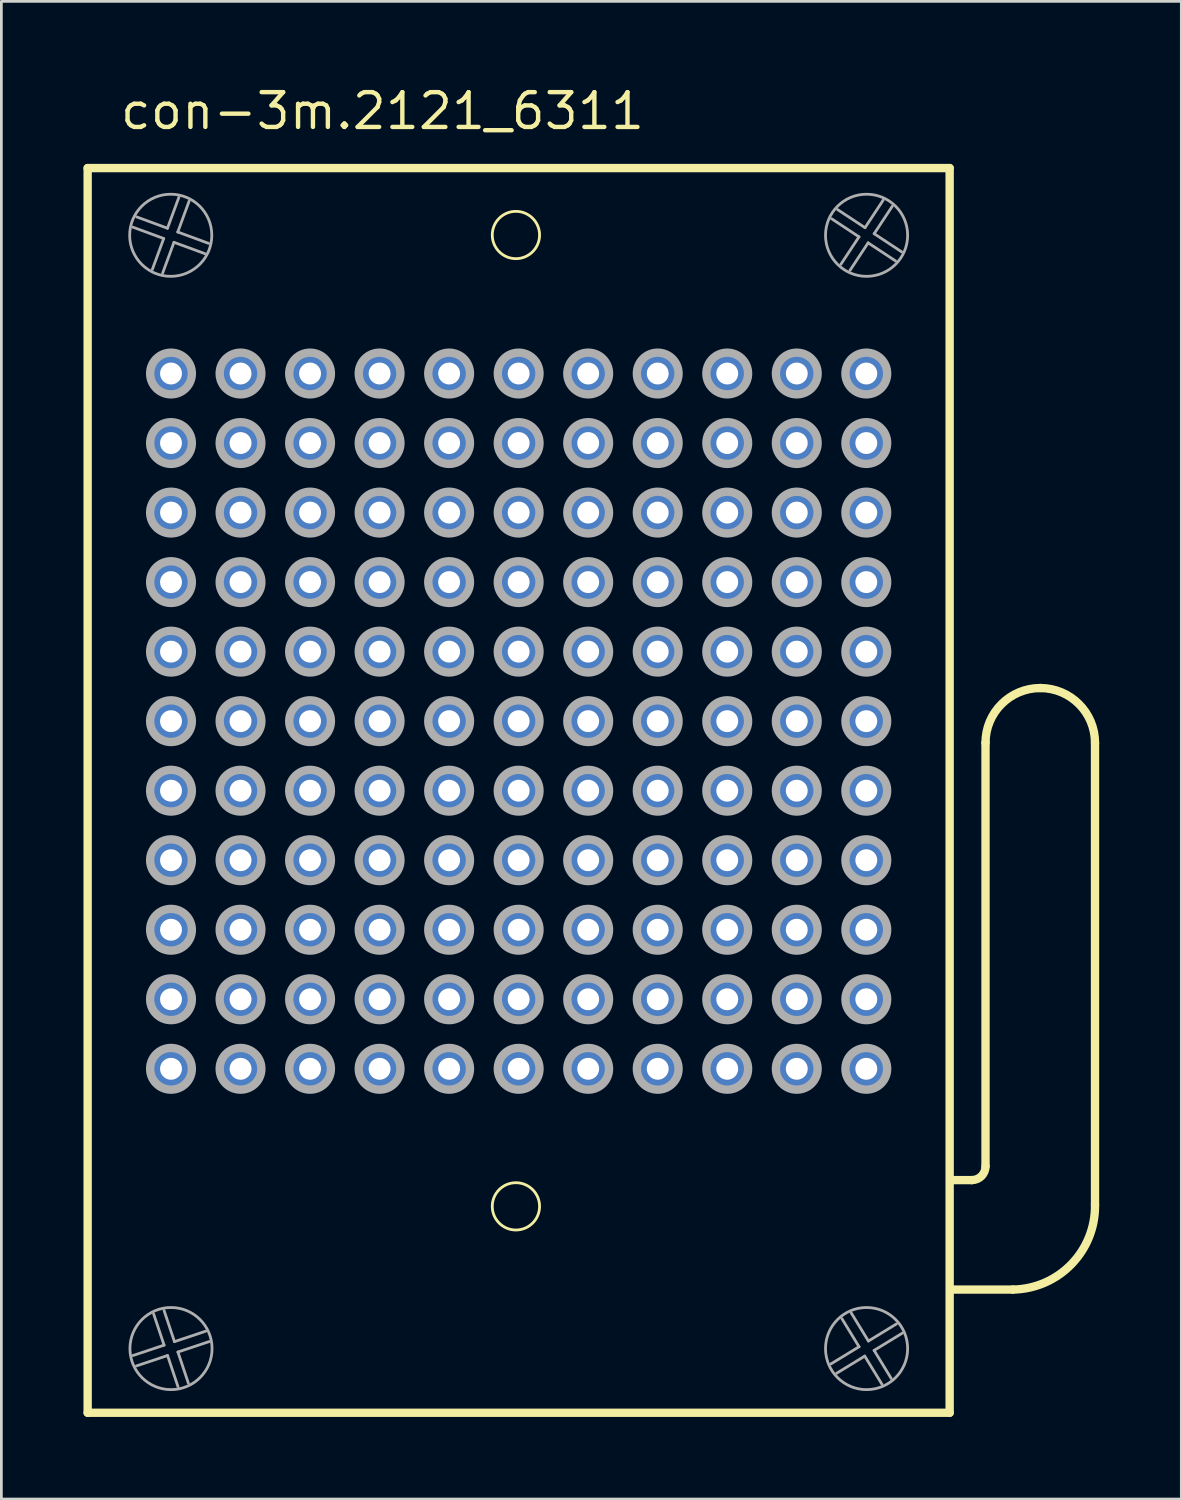
<source format=kicad_pcb>
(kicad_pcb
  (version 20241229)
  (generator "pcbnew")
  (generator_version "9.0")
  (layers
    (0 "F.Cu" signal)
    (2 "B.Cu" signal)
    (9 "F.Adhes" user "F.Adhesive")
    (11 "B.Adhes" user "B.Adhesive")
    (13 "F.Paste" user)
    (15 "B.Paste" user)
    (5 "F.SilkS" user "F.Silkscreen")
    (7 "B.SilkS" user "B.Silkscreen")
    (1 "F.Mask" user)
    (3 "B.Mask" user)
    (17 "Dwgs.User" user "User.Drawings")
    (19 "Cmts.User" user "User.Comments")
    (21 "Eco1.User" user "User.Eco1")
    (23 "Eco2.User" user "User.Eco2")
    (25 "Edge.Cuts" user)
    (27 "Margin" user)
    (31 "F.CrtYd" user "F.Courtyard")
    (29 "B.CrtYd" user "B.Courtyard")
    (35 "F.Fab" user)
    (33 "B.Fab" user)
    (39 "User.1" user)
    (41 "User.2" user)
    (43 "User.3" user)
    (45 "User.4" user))
  (footprint "con-3m.2121_6311"
    (layer "F.Cu")
    (at 15.897 23.295)
    (property "Reference" "con-3m.2121_6311" (at -14.635 -21.545 0) (layer "F.SilkS") (effects (font (size 1.27 1.27) (thickness 0.16)) (justify left bottom)))
    (attr through_hole)
    (fp_line (start -15.745 -20.205) (end 15.745 -20.205) (stroke (width 0.305) (type default)) (layer "F.SilkS"))
    (fp_line (start -15.745 25.265) (end -15.745 -20.205) (stroke (width 0.305) (type default)) (layer "F.SilkS"))
    (fp_line (start 15.745 -20.205) (end 15.745 25.265) (stroke (width 0.305) (type default)) (layer "F.SilkS"))
    (fp_line (start 15.745 25.265) (end -15.745 25.265) (stroke (width 0.305) (type default)) (layer "F.SilkS"))
    (fp_line (start 16.555 16.765) (end 15.791 16.765) (stroke (width 0.305) (type default)) (layer "F.SilkS"))
    (fp_line (start 17.055 16.265) (end 17.055 0.79) (stroke (width 0.305) (type default)) (layer "F.SilkS"))
    (fp_line (start 18.055 20.765) (end 15.791 20.765) (stroke (width 0.305) (type default)) (layer "F.SilkS"))
    (fp_line (start 21.055 0.79) (end 21.055 17.66) (stroke (width 0.305) (type default)) (layer "F.SilkS"))
    (fp_arc (start 17.055 0.79) (mid 17.640786 -0.624214) (end 19.055 -1.21) (stroke (width 0.3048) (type default)) (layer "F.SilkS"))
    (fp_arc (start 17.055 16.265) (mid 16.908553 16.618553) (end 16.555 16.765) (stroke (width 0.3048) (type default)) (layer "F.SilkS"))
    (fp_arc (start 19.055 -1.21) (mid 20.469214 -0.624214) (end 21.055 0.79) (stroke (width 0.3048) (type default)) (layer "F.SilkS"))
    (fp_arc (start 21.055 17.66) (mid 20.198067 19.83382) (end 18.055 20.765) (stroke (width 0.3048) (type default)) (layer "F.SilkS"))
    (fp_circle (center -0.1 -17.76) (end 0.764 -17.76) (stroke (width 0.102) (type default)) (fill no) (layer "F.SilkS"))
    (fp_circle (center -0.1 17.725) (end 0.764 17.725) (stroke (width 0.102) (type default)) (fill no) (layer "F.SilkS"))
    (fp_line (start -14.091 23.174) (end -12.953 22.794) (stroke (width 0.102) (type default)) (layer "F.Fab"))
    (fp_line (start -13.955 -18.421) (end -12.829 -18.007) (stroke (width 0.102) (type default)) (layer "F.Fab"))
    (fp_line (start -13.381 -16.505) (end -12.967 -17.631) (stroke (width 0.102) (type default)) (layer "F.Fab"))
    (fp_line (start -12.967 -17.631) (end -14.093 -18.046) (stroke (width 0.102) (type default)) (layer "F.Fab"))
    (fp_line (start -12.954 21.529) (end -12.574 22.667) (stroke (width 0.102) (type default)) (layer "F.Fab"))
    (fp_line (start -12.953 22.794) (end -13.334 21.656) (stroke (width 0.102) (type default)) (layer "F.Fab"))
    (fp_line (start -12.829 -18.007) (end -12.414 -19.133) (stroke (width 0.102) (type default)) (layer "F.Fab"))
    (fp_line (start -12.826 23.173) (end -13.964 23.554) (stroke (width 0.102) (type default)) (layer "F.Fab"))
    (fp_line (start -12.591 -17.493) (end -13.006 -16.367) (stroke (width 0.102) (type default)) (layer "F.Fab"))
    (fp_line (start -12.574 22.667) (end -11.436 22.286) (stroke (width 0.102) (type default)) (layer "F.Fab"))
    (fp_line (start -12.453 -17.869) (end -11.327 -17.454) (stroke (width 0.102) (type default)) (layer "F.Fab"))
    (fp_line (start -12.447 23.046) (end -12.066 24.184) (stroke (width 0.102) (type default)) (layer "F.Fab"))
    (fp_line (start -12.445 24.311) (end -12.826 23.173) (stroke (width 0.102) (type default)) (layer "F.Fab"))
    (fp_line (start -12.039 -18.995) (end -12.453 -17.869) (stroke (width 0.102) (type default)) (layer "F.Fab"))
    (fp_line (start -11.465 -17.079) (end -12.591 -17.493) (stroke (width 0.102) (type default)) (layer "F.Fab"))
    (fp_line (start -11.309 22.665) (end -12.447 23.046) (stroke (width 0.102) (type default)) (layer "F.Fab"))
    (fp_line (start 11.411 23.479) (end 12.435 22.853) (stroke (width 0.102) (type default)) (layer "F.Fab"))
    (fp_line (start 11.651 -18.688) (end 12.653 -18.027) (stroke (width 0.102) (type default)) (layer "F.Fab"))
    (fp_line (start 11.772 -16.691) (end 12.433 -17.693) (stroke (width 0.102) (type default)) (layer "F.Fab"))
    (fp_line (start 12.151 21.621) (end 12.777 22.645) (stroke (width 0.102) (type default)) (layer "F.Fab"))
    (fp_line (start 12.433 -17.693) (end 11.431 -18.354) (stroke (width 0.102) (type default)) (layer "F.Fab"))
    (fp_line (start 12.435 22.853) (end 11.81 21.829) (stroke (width 0.102) (type default)) (layer "F.Fab"))
    (fp_line (start 12.643 23.195) (end 11.619 23.82) (stroke (width 0.102) (type default)) (layer "F.Fab"))
    (fp_line (start 12.653 -18.027) (end 13.314 -19.029) (stroke (width 0.102) (type default)) (layer "F.Fab"))
    (fp_line (start 12.767 -17.473) (end 12.106 -16.471) (stroke (width 0.102) (type default)) (layer "F.Fab"))
    (fp_line (start 12.777 22.645) (end 13.801 22.02) (stroke (width 0.102) (type default)) (layer "F.Fab"))
    (fp_line (start 12.985 22.986) (end 13.61 24.011) (stroke (width 0.102) (type default)) (layer "F.Fab"))
    (fp_line (start 12.987 -17.807) (end 13.989 -17.146) (stroke (width 0.102) (type default)) (layer "F.Fab"))
    (fp_line (start 13.269 24.219) (end 12.643 23.195) (stroke (width 0.102) (type default)) (layer "F.Fab"))
    (fp_line (start 13.648 -18.809) (end 12.987 -17.807) (stroke (width 0.102) (type default)) (layer "F.Fab"))
    (fp_line (start 13.769 -16.812) (end 12.767 -17.473) (stroke (width 0.102) (type default)) (layer "F.Fab"))
    (fp_line (start 14.009 22.361) (end 12.985 22.986) (stroke (width 0.102) (type default)) (layer "F.Fab"))
    (fp_circle (center -12.71 -17.75) (end -11.21 -17.75) (stroke (width 0.102) (type default)) (fill no) (layer "F.Fab"))
    (fp_circle (center -12.7 -12.7) (end -11.938 -12.7) (stroke (width 0.305) (type default)) (fill no) (layer "F.Fab"))
    (fp_circle (center -12.7 -10.16) (end -11.938 -10.16) (stroke (width 0.305) (type default)) (fill no) (layer "F.Fab"))
    (fp_circle (center -12.7 -7.62) (end -11.938 -7.62) (stroke (width 0.305) (type default)) (fill no) (layer "F.Fab"))
    (fp_circle (center -12.7 -5.08) (end -11.938 -5.08) (stroke (width 0.305) (type default)) (fill no) (layer "F.Fab"))
    (fp_circle (center -12.7 -2.54) (end -11.938 -2.54) (stroke (width 0.305) (type default)) (fill no) (layer "F.Fab"))
    (fp_circle (center -12.7 0) (end -11.938 0) (stroke (width 0.305) (type default)) (fill no) (layer "F.Fab"))
    (fp_circle (center -12.7 2.54) (end -11.938 2.54) (stroke (width 0.305) (type default)) (fill no) (layer "F.Fab"))
    (fp_circle (center -12.7 5.08) (end -11.938 5.08) (stroke (width 0.305) (type default)) (fill no) (layer "F.Fab"))
    (fp_circle (center -12.7 7.62) (end -11.938 7.62) (stroke (width 0.305) (type default)) (fill no) (layer "F.Fab"))
    (fp_circle (center -12.7 10.16) (end -11.938 10.16) (stroke (width 0.305) (type default)) (fill no) (layer "F.Fab"))
    (fp_circle (center -12.7 12.7) (end -11.938 12.7) (stroke (width 0.305) (type default)) (fill no) (layer "F.Fab"))
    (fp_circle (center -12.7 22.92) (end -11.2 22.92) (stroke (width 0.102) (type default)) (fill no) (layer "F.Fab"))
    (fp_circle (center -10.16 -12.7) (end -9.398 -12.7) (stroke (width 0.305) (type default)) (fill no) (layer "F.Fab"))
    (fp_circle (center -10.16 -10.16) (end -9.398 -10.16) (stroke (width 0.305) (type default)) (fill no) (layer "F.Fab"))
    (fp_circle (center -10.16 -7.62) (end -9.398 -7.62) (stroke (width 0.305) (type default)) (fill no) (layer "F.Fab"))
    (fp_circle (center -10.16 -5.08) (end -9.398 -5.08) (stroke (width 0.305) (type default)) (fill no) (layer "F.Fab"))
    (fp_circle (center -10.16 -2.54) (end -9.398 -2.54) (stroke (width 0.305) (type default)) (fill no) (layer "F.Fab"))
    (fp_circle (center -10.16 0) (end -9.398 0) (stroke (width 0.305) (type default)) (fill no) (layer "F.Fab"))
    (fp_circle (center -10.16 2.54) (end -9.398 2.54) (stroke (width 0.305) (type default)) (fill no) (layer "F.Fab"))
    (fp_circle (center -10.16 5.08) (end -9.398 5.08) (stroke (width 0.305) (type default)) (fill no) (layer "F.Fab"))
    (fp_circle (center -10.16 7.62) (end -9.398 7.62) (stroke (width 0.305) (type default)) (fill no) (layer "F.Fab"))
    (fp_circle (center -10.16 10.16) (end -9.398 10.16) (stroke (width 0.305) (type default)) (fill no) (layer "F.Fab"))
    (fp_circle (center -10.16 12.7) (end -9.398 12.7) (stroke (width 0.305) (type default)) (fill no) (layer "F.Fab"))
    (fp_circle (center -7.62 -12.7) (end -6.858 -12.7) (stroke (width 0.305) (type default)) (fill no) (layer "F.Fab"))
    (fp_circle (center -7.62 -10.16) (end -6.858 -10.16) (stroke (width 0.305) (type default)) (fill no) (layer "F.Fab"))
    (fp_circle (center -7.62 -7.62) (end -6.858 -7.62) (stroke (width 0.305) (type default)) (fill no) (layer "F.Fab"))
    (fp_circle (center -7.62 -5.08) (end -6.858 -5.08) (stroke (width 0.305) (type default)) (fill no) (layer "F.Fab"))
    (fp_circle (center -7.62 -2.54) (end -6.858 -2.54) (stroke (width 0.305) (type default)) (fill no) (layer "F.Fab"))
    (fp_circle (center -7.62 0) (end -6.858 0) (stroke (width 0.305) (type default)) (fill no) (layer "F.Fab"))
    (fp_circle (center -7.62 2.54) (end -6.858 2.54) (stroke (width 0.305) (type default)) (fill no) (layer "F.Fab"))
    (fp_circle (center -7.62 5.08) (end -6.858 5.08) (stroke (width 0.305) (type default)) (fill no) (layer "F.Fab"))
    (fp_circle (center -7.62 7.62) (end -6.858 7.62) (stroke (width 0.305) (type default)) (fill no) (layer "F.Fab"))
    (fp_circle (center -7.62 10.16) (end -6.858 10.16) (stroke (width 0.305) (type default)) (fill no) (layer "F.Fab"))
    (fp_circle (center -7.62 12.7) (end -6.858 12.7) (stroke (width 0.305) (type default)) (fill no) (layer "F.Fab"))
    (fp_circle (center -5.08 -12.7) (end -4.318 -12.7) (stroke (width 0.305) (type default)) (fill no) (layer "F.Fab"))
    (fp_circle (center -5.08 -10.16) (end -4.318 -10.16) (stroke (width 0.305) (type default)) (fill no) (layer "F.Fab"))
    (fp_circle (center -5.08 -7.62) (end -4.318 -7.62) (stroke (width 0.305) (type default)) (fill no) (layer "F.Fab"))
    (fp_circle (center -5.08 -5.08) (end -4.318 -5.08) (stroke (width 0.305) (type default)) (fill no) (layer "F.Fab"))
    (fp_circle (center -5.08 -2.54) (end -4.318 -2.54) (stroke (width 0.305) (type default)) (fill no) (layer "F.Fab"))
    (fp_circle (center -5.08 0) (end -4.318 0) (stroke (width 0.305) (type default)) (fill no) (layer "F.Fab"))
    (fp_circle (center -5.08 2.54) (end -4.318 2.54) (stroke (width 0.305) (type default)) (fill no) (layer "F.Fab"))
    (fp_circle (center -5.08 5.08) (end -4.318 5.08) (stroke (width 0.305) (type default)) (fill no) (layer "F.Fab"))
    (fp_circle (center -5.08 7.62) (end -4.318 7.62) (stroke (width 0.305) (type default)) (fill no) (layer "F.Fab"))
    (fp_circle (center -5.08 10.16) (end -4.318 10.16) (stroke (width 0.305) (type default)) (fill no) (layer "F.Fab"))
    (fp_circle (center -5.08 12.7) (end -4.318 12.7) (stroke (width 0.305) (type default)) (fill no) (layer "F.Fab"))
    (fp_circle (center -2.54 -12.7) (end -1.778 -12.7) (stroke (width 0.305) (type default)) (fill no) (layer "F.Fab"))
    (fp_circle (center -2.54 -10.16) (end -1.778 -10.16) (stroke (width 0.305) (type default)) (fill no) (layer "F.Fab"))
    (fp_circle (center -2.54 -7.62) (end -1.778 -7.62) (stroke (width 0.305) (type default)) (fill no) (layer "F.Fab"))
    (fp_circle (center -2.54 -5.08) (end -1.778 -5.08) (stroke (width 0.305) (type default)) (fill no) (layer "F.Fab"))
    (fp_circle (center -2.54 -2.54) (end -1.778 -2.54) (stroke (width 0.305) (type default)) (fill no) (layer "F.Fab"))
    (fp_circle (center -2.54 0) (end -1.778 0) (stroke (width 0.305) (type default)) (fill no) (layer "F.Fab"))
    (fp_circle (center -2.54 2.54) (end -1.778 2.54) (stroke (width 0.305) (type default)) (fill no) (layer "F.Fab"))
    (fp_circle (center -2.54 5.08) (end -1.778 5.08) (stroke (width 0.305) (type default)) (fill no) (layer "F.Fab"))
    (fp_circle (center -2.54 7.62) (end -1.778 7.62) (stroke (width 0.305) (type default)) (fill no) (layer "F.Fab"))
    (fp_circle (center -2.54 10.16) (end -1.778 10.16) (stroke (width 0.305) (type default)) (fill no) (layer "F.Fab"))
    (fp_circle (center -2.54 12.7) (end -1.778 12.7) (stroke (width 0.305) (type default)) (fill no) (layer "F.Fab"))
    (fp_circle (center 0 -12.7) (end 0.762 -12.7) (stroke (width 0.305) (type default)) (fill no) (layer "F.Fab"))
    (fp_circle (center 0 -10.16) (end 0.762 -10.16) (stroke (width 0.305) (type default)) (fill no) (layer "F.Fab"))
    (fp_circle (center 0 -7.62) (end 0.762 -7.62) (stroke (width 0.305) (type default)) (fill no) (layer "F.Fab"))
    (fp_circle (center 0 -5.08) (end 0.762 -5.08) (stroke (width 0.305) (type default)) (fill no) (layer "F.Fab"))
    (fp_circle (center 0 -2.54) (end 0.762 -2.54) (stroke (width 0.305) (type default)) (fill no) (layer "F.Fab"))
    (fp_circle (center 0 0) (end 0.762 0) (stroke (width 0.305) (type default)) (fill no) (layer "F.Fab"))
    (fp_circle (center 0 2.54) (end 0.762 2.54) (stroke (width 0.305) (type default)) (fill no) (layer "F.Fab"))
    (fp_circle (center 0 5.08) (end 0.762 5.08) (stroke (width 0.305) (type default)) (fill no) (layer "F.Fab"))
    (fp_circle (center 0 7.62) (end 0.762 7.62) (stroke (width 0.305) (type default)) (fill no) (layer "F.Fab"))
    (fp_circle (center 0 10.16) (end 0.762 10.16) (stroke (width 0.305) (type default)) (fill no) (layer "F.Fab"))
    (fp_circle (center 0 12.7) (end 0.762 12.7) (stroke (width 0.305) (type default)) (fill no) (layer "F.Fab"))
    (fp_circle (center 2.54 -12.7) (end 3.302 -12.7) (stroke (width 0.305) (type default)) (fill no) (layer "F.Fab"))
    (fp_circle (center 2.54 -10.16) (end 3.302 -10.16) (stroke (width 0.305) (type default)) (fill no) (layer "F.Fab"))
    (fp_circle (center 2.54 -7.62) (end 3.302 -7.62) (stroke (width 0.305) (type default)) (fill no) (layer "F.Fab"))
    (fp_circle (center 2.54 -5.08) (end 3.302 -5.08) (stroke (width 0.305) (type default)) (fill no) (layer "F.Fab"))
    (fp_circle (center 2.54 -2.54) (end 3.302 -2.54) (stroke (width 0.305) (type default)) (fill no) (layer "F.Fab"))
    (fp_circle (center 2.54 0) (end 3.302 0) (stroke (width 0.305) (type default)) (fill no) (layer "F.Fab"))
    (fp_circle (center 2.54 2.54) (end 3.302 2.54) (stroke (width 0.305) (type default)) (fill no) (layer "F.Fab"))
    (fp_circle (center 2.54 5.08) (end 3.302 5.08) (stroke (width 0.305) (type default)) (fill no) (layer "F.Fab"))
    (fp_circle (center 2.54 7.62) (end 3.302 7.62) (stroke (width 0.305) (type default)) (fill no) (layer "F.Fab"))
    (fp_circle (center 2.54 10.16) (end 3.302 10.16) (stroke (width 0.305) (type default)) (fill no) (layer "F.Fab"))
    (fp_circle (center 2.54 12.7) (end 3.302 12.7) (stroke (width 0.305) (type default)) (fill no) (layer "F.Fab"))
    (fp_circle (center 5.08 -12.7) (end 5.842 -12.7) (stroke (width 0.305) (type default)) (fill no) (layer "F.Fab"))
    (fp_circle (center 5.08 -10.16) (end 5.842 -10.16) (stroke (width 0.305) (type default)) (fill no) (layer "F.Fab"))
    (fp_circle (center 5.08 -7.62) (end 5.842 -7.62) (stroke (width 0.305) (type default)) (fill no) (layer "F.Fab"))
    (fp_circle (center 5.08 -5.08) (end 5.842 -5.08) (stroke (width 0.305) (type default)) (fill no) (layer "F.Fab"))
    (fp_circle (center 5.08 -2.54) (end 5.842 -2.54) (stroke (width 0.305) (type default)) (fill no) (layer "F.Fab"))
    (fp_circle (center 5.08 0) (end 5.842 0) (stroke (width 0.305) (type default)) (fill no) (layer "F.Fab"))
    (fp_circle (center 5.08 2.54) (end 5.842 2.54) (stroke (width 0.305) (type default)) (fill no) (layer "F.Fab"))
    (fp_circle (center 5.08 5.08) (end 5.842 5.08) (stroke (width 0.305) (type default)) (fill no) (layer "F.Fab"))
    (fp_circle (center 5.08 7.62) (end 5.842 7.62) (stroke (width 0.305) (type default)) (fill no) (layer "F.Fab"))
    (fp_circle (center 5.08 10.16) (end 5.842 10.16) (stroke (width 0.305) (type default)) (fill no) (layer "F.Fab"))
    (fp_circle (center 5.08 12.7) (end 5.842 12.7) (stroke (width 0.305) (type default)) (fill no) (layer "F.Fab"))
    (fp_circle (center 7.62 -12.7) (end 8.382 -12.7) (stroke (width 0.305) (type default)) (fill no) (layer "F.Fab"))
    (fp_circle (center 7.62 -10.16) (end 8.382 -10.16) (stroke (width 0.305) (type default)) (fill no) (layer "F.Fab"))
    (fp_circle (center 7.62 -7.62) (end 8.382 -7.62) (stroke (width 0.305) (type default)) (fill no) (layer "F.Fab"))
    (fp_circle (center 7.62 -5.08) (end 8.382 -5.08) (stroke (width 0.305) (type default)) (fill no) (layer "F.Fab"))
    (fp_circle (center 7.62 -2.54) (end 8.382 -2.54) (stroke (width 0.305) (type default)) (fill no) (layer "F.Fab"))
    (fp_circle (center 7.62 0) (end 8.382 0) (stroke (width 0.305) (type default)) (fill no) (layer "F.Fab"))
    (fp_circle (center 7.62 2.54) (end 8.382 2.54) (stroke (width 0.305) (type default)) (fill no) (layer "F.Fab"))
    (fp_circle (center 7.62 5.08) (end 8.382 5.08) (stroke (width 0.305) (type default)) (fill no) (layer "F.Fab"))
    (fp_circle (center 7.62 7.62) (end 8.382 7.62) (stroke (width 0.305) (type default)) (fill no) (layer "F.Fab"))
    (fp_circle (center 7.62 10.16) (end 8.382 10.16) (stroke (width 0.305) (type default)) (fill no) (layer "F.Fab"))
    (fp_circle (center 7.62 12.7) (end 8.382 12.7) (stroke (width 0.305) (type default)) (fill no) (layer "F.Fab"))
    (fp_circle (center 10.16 -12.7) (end 10.922 -12.7) (stroke (width 0.305) (type default)) (fill no) (layer "F.Fab"))
    (fp_circle (center 10.16 -10.16) (end 10.922 -10.16) (stroke (width 0.305) (type default)) (fill no) (layer "F.Fab"))
    (fp_circle (center 10.16 -7.62) (end 10.922 -7.62) (stroke (width 0.305) (type default)) (fill no) (layer "F.Fab"))
    (fp_circle (center 10.16 -5.08) (end 10.922 -5.08) (stroke (width 0.305) (type default)) (fill no) (layer "F.Fab"))
    (fp_circle (center 10.16 -2.54) (end 10.922 -2.54) (stroke (width 0.305) (type default)) (fill no) (layer "F.Fab"))
    (fp_circle (center 10.16 0) (end 10.922 0) (stroke (width 0.305) (type default)) (fill no) (layer "F.Fab"))
    (fp_circle (center 10.16 2.54) (end 10.922 2.54) (stroke (width 0.305) (type default)) (fill no) (layer "F.Fab"))
    (fp_circle (center 10.16 5.08) (end 10.922 5.08) (stroke (width 0.305) (type default)) (fill no) (layer "F.Fab"))
    (fp_circle (center 10.16 7.62) (end 10.922 7.62) (stroke (width 0.305) (type default)) (fill no) (layer "F.Fab"))
    (fp_circle (center 10.16 10.16) (end 10.922 10.16) (stroke (width 0.305) (type default)) (fill no) (layer "F.Fab"))
    (fp_circle (center 10.16 12.7) (end 10.922 12.7) (stroke (width 0.305) (type default)) (fill no) (layer "F.Fab"))
    (fp_circle (center 12.7 -12.7) (end 13.462 -12.7) (stroke (width 0.305) (type default)) (fill no) (layer "F.Fab"))
    (fp_circle (center 12.7 -10.16) (end 13.462 -10.16) (stroke (width 0.305) (type default)) (fill no) (layer "F.Fab"))
    (fp_circle (center 12.7 -7.62) (end 13.462 -7.62) (stroke (width 0.305) (type default)) (fill no) (layer "F.Fab"))
    (fp_circle (center 12.7 -5.08) (end 13.462 -5.08) (stroke (width 0.305) (type default)) (fill no) (layer "F.Fab"))
    (fp_circle (center 12.7 -2.54) (end 13.462 -2.54) (stroke (width 0.305) (type default)) (fill no) (layer "F.Fab"))
    (fp_circle (center 12.7 0) (end 13.462 0) (stroke (width 0.305) (type default)) (fill no) (layer "F.Fab"))
    (fp_circle (center 12.7 2.54) (end 13.462 2.54) (stroke (width 0.305) (type default)) (fill no) (layer "F.Fab"))
    (fp_circle (center 12.7 5.08) (end 13.462 5.08) (stroke (width 0.305) (type default)) (fill no) (layer "F.Fab"))
    (fp_circle (center 12.7 7.62) (end 13.462 7.62) (stroke (width 0.305) (type default)) (fill no) (layer "F.Fab"))
    (fp_circle (center 12.7 10.16) (end 13.462 10.16) (stroke (width 0.305) (type default)) (fill no) (layer "F.Fab"))
    (fp_circle (center 12.7 12.7) (end 13.462 12.7) (stroke (width 0.305) (type default)) (fill no) (layer "F.Fab"))
    (fp_circle (center 12.71 -17.75) (end 14.21 -17.75) (stroke (width 0.102) (type default)) (fill no) (layer "F.Fab"))
    (fp_circle (center 12.71 22.92) (end 14.21 22.92) (stroke (width 0.102) (type default)) (fill no) (layer "F.Fab"))
    (pad "A1" thru_hole circle (at -12.7 -12.7) (size 1.4 1.4) (drill 0.8) (layers "*.Cu" "*.Mask"))
    (pad "A2" thru_hole circle (at -10.16 -12.7) (size 1.4 1.4) (drill 0.8) (layers "*.Cu" "*.Mask"))
    (pad "A3" thru_hole circle (at -7.62 -12.7) (size 1.4 1.4) (drill 0.8) (layers "*.Cu" "*.Mask"))
    (pad "A4" thru_hole circle (at -5.08 -12.7) (size 1.4 1.4) (drill 0.8) (layers "*.Cu" "*.Mask"))
    (pad "A5" thru_hole circle (at -2.54 -12.7) (size 1.4 1.4) (drill 0.8) (layers "*.Cu" "*.Mask"))
    (pad "A6" thru_hole circle (at 0 -12.7) (size 1.4 1.4) (drill 0.8) (layers "*.Cu" "*.Mask"))
    (pad "A7" thru_hole circle (at 2.54 -12.7) (size 1.4 1.4) (drill 0.8) (layers "*.Cu" "*.Mask"))
    (pad "A8" thru_hole circle (at 5.08 -12.7) (size 1.4 1.4) (drill 0.8) (layers "*.Cu" "*.Mask"))
    (pad "A9" thru_hole circle (at 7.62 -12.7) (size 1.4 1.4) (drill 0.8) (layers "*.Cu" "*.Mask"))
    (pad "A10" thru_hole circle (at 10.16 -12.7) (size 1.4 1.4) (drill 0.8) (layers "*.Cu" "*.Mask"))
    (pad "A11" thru_hole circle (at 12.7 -12.7) (size 1.4 1.4) (drill 0.8) (layers "*.Cu" "*.Mask"))
    (pad "B1" thru_hole circle (at -12.7 -10.16) (size 1.4 1.4) (drill 0.8) (layers "*.Cu" "*.Mask"))
    (pad "B2" thru_hole circle (at -10.16 -10.16) (size 1.4 1.4) (drill 0.8) (layers "*.Cu" "*.Mask"))
    (pad "B3" thru_hole circle (at -7.62 -10.16) (size 1.4 1.4) (drill 0.8) (layers "*.Cu" "*.Mask"))
    (pad "B4" thru_hole circle (at -5.08 -10.16) (size 1.4 1.4) (drill 0.8) (layers "*.Cu" "*.Mask"))
    (pad "B5" thru_hole circle (at -2.54 -10.16) (size 1.4 1.4) (drill 0.8) (layers "*.Cu" "*.Mask"))
    (pad "B6" thru_hole circle (at 0 -10.16) (size 1.4 1.4) (drill 0.8) (layers "*.Cu" "*.Mask"))
    (pad "B7" thru_hole circle (at 2.54 -10.16) (size 1.4 1.4) (drill 0.8) (layers "*.Cu" "*.Mask"))
    (pad "B8" thru_hole circle (at 5.08 -10.16) (size 1.4 1.4) (drill 0.8) (layers "*.Cu" "*.Mask"))
    (pad "B9" thru_hole circle (at 7.62 -10.16) (size 1.4 1.4) (drill 0.8) (layers "*.Cu" "*.Mask"))
    (pad "B10" thru_hole circle (at 10.16 -10.16) (size 1.4 1.4) (drill 0.8) (layers "*.Cu" "*.Mask"))
    (pad "B11" thru_hole circle (at 12.7 -10.16) (size 1.4 1.4) (drill 0.8) (layers "*.Cu" "*.Mask"))
    (pad "C1" thru_hole circle (at -12.7 -7.62) (size 1.4 1.4) (drill 0.8) (layers "*.Cu" "*.Mask"))
    (pad "C2" thru_hole circle (at -10.16 -7.62) (size 1.4 1.4) (drill 0.8) (layers "*.Cu" "*.Mask"))
    (pad "C3" thru_hole circle (at -7.62 -7.62) (size 1.4 1.4) (drill 0.8) (layers "*.Cu" "*.Mask"))
    (pad "C4" thru_hole circle (at -5.08 -7.62) (size 1.4 1.4) (drill 0.8) (layers "*.Cu" "*.Mask"))
    (pad "C5" thru_hole circle (at -2.54 -7.62) (size 1.4 1.4) (drill 0.8) (layers "*.Cu" "*.Mask"))
    (pad "C6" thru_hole circle (at 0 -7.62) (size 1.4 1.4) (drill 0.8) (layers "*.Cu" "*.Mask"))
    (pad "C7" thru_hole circle (at 2.54 -7.62) (size 1.4 1.4) (drill 0.8) (layers "*.Cu" "*.Mask"))
    (pad "C8" thru_hole circle (at 5.08 -7.62) (size 1.4 1.4) (drill 0.8) (layers "*.Cu" "*.Mask"))
    (pad "C9" thru_hole circle (at 7.62 -7.62) (size 1.4 1.4) (drill 0.8) (layers "*.Cu" "*.Mask"))
    (pad "C10" thru_hole circle (at 10.16 -7.62) (size 1.4 1.4) (drill 0.8) (layers "*.Cu" "*.Mask"))
    (pad "C11" thru_hole circle (at 12.7 -7.62) (size 1.4 1.4) (drill 0.8) (layers "*.Cu" "*.Mask"))
    (pad "D1" thru_hole circle (at -12.7 -5.08) (size 1.4 1.4) (drill 0.8) (layers "*.Cu" "*.Mask"))
    (pad "D2" thru_hole circle (at -10.16 -5.08) (size 1.4 1.4) (drill 0.8) (layers "*.Cu" "*.Mask"))
    (pad "D3" thru_hole circle (at -7.62 -5.08) (size 1.4 1.4) (drill 0.8) (layers "*.Cu" "*.Mask"))
    (pad "D4" thru_hole circle (at -5.08 -5.08) (size 1.4 1.4) (drill 0.8) (layers "*.Cu" "*.Mask"))
    (pad "D5" thru_hole circle (at -2.54 -5.08) (size 1.4 1.4) (drill 0.8) (layers "*.Cu" "*.Mask"))
    (pad "D6" thru_hole circle (at 0 -5.08) (size 1.4 1.4) (drill 0.8) (layers "*.Cu" "*.Mask"))
    (pad "D7" thru_hole circle (at 2.54 -5.08) (size 1.4 1.4) (drill 0.8) (layers "*.Cu" "*.Mask"))
    (pad "D8" thru_hole circle (at 5.08 -5.08) (size 1.4 1.4) (drill 0.8) (layers "*.Cu" "*.Mask"))
    (pad "D9" thru_hole circle (at 7.62 -5.08) (size 1.4 1.4) (drill 0.8) (layers "*.Cu" "*.Mask"))
    (pad "D10" thru_hole circle (at 10.16 -5.08) (size 1.4 1.4) (drill 0.8) (layers "*.Cu" "*.Mask"))
    (pad "D11" thru_hole circle (at 12.7 -5.08) (size 1.4 1.4) (drill 0.8) (layers "*.Cu" "*.Mask"))
    (pad "E1" thru_hole circle (at -12.7 -2.54) (size 1.4 1.4) (drill 0.8) (layers "*.Cu" "*.Mask"))
    (pad "E2" thru_hole circle (at -10.16 -2.54) (size 1.4 1.4) (drill 0.8) (layers "*.Cu" "*.Mask"))
    (pad "E3" thru_hole circle (at -7.62 -2.54) (size 1.4 1.4) (drill 0.8) (layers "*.Cu" "*.Mask"))
    (pad "E4" thru_hole circle (at -5.08 -2.54) (size 1.4 1.4) (drill 0.8) (layers "*.Cu" "*.Mask"))
    (pad "E5" thru_hole circle (at -2.54 -2.54) (size 1.4 1.4) (drill 0.8) (layers "*.Cu" "*.Mask"))
    (pad "E6" thru_hole circle (at 0 -2.54) (size 1.4 1.4) (drill 0.8) (layers "*.Cu" "*.Mask"))
    (pad "E7" thru_hole circle (at 2.54 -2.54) (size 1.4 1.4) (drill 0.8) (layers "*.Cu" "*.Mask"))
    (pad "E8" thru_hole circle (at 5.08 -2.54) (size 1.4 1.4) (drill 0.8) (layers "*.Cu" "*.Mask"))
    (pad "E9" thru_hole circle (at 7.62 -2.54) (size 1.4 1.4) (drill 0.8) (layers "*.Cu" "*.Mask"))
    (pad "E10" thru_hole circle (at 10.16 -2.54) (size 1.4 1.4) (drill 0.8) (layers "*.Cu" "*.Mask"))
    (pad "E11" thru_hole circle (at 12.7 -2.54) (size 1.4 1.4) (drill 0.8) (layers "*.Cu" "*.Mask"))
    (pad "F1" thru_hole circle (at -12.7 0) (size 1.4 1.4) (drill 0.8) (layers "*.Cu" "*.Mask"))
    (pad "F2" thru_hole circle (at -10.16 0) (size 1.4 1.4) (drill 0.8) (layers "*.Cu" "*.Mask"))
    (pad "F3" thru_hole circle (at -7.62 0) (size 1.4 1.4) (drill 0.8) (layers "*.Cu" "*.Mask"))
    (pad "F4" thru_hole circle (at -5.08 0) (size 1.4 1.4) (drill 0.8) (layers "*.Cu" "*.Mask"))
    (pad "F5" thru_hole circle (at -2.54 0) (size 1.4 1.4) (drill 0.8) (layers "*.Cu" "*.Mask"))
    (pad "F6" thru_hole circle (at 0 0) (size 1.4 1.4) (drill 0.8) (layers "*.Cu" "*.Mask"))
    (pad "F7" thru_hole circle (at 2.54 0) (size 1.4 1.4) (drill 0.8) (layers "*.Cu" "*.Mask"))
    (pad "F8" thru_hole circle (at 5.08 0) (size 1.4 1.4) (drill 0.8) (layers "*.Cu" "*.Mask"))
    (pad "F9" thru_hole circle (at 7.62 0) (size 1.4 1.4) (drill 0.8) (layers "*.Cu" "*.Mask"))
    (pad "F10" thru_hole circle (at 10.16 0) (size 1.4 1.4) (drill 0.8) (layers "*.Cu" "*.Mask"))
    (pad "F11" thru_hole circle (at 12.7 0) (size 1.4 1.4) (drill 0.8) (layers "*.Cu" "*.Mask"))
    (pad "G1" thru_hole circle (at -12.7 2.54) (size 1.4 1.4) (drill 0.8) (layers "*.Cu" "*.Mask"))
    (pad "G2" thru_hole circle (at -10.16 2.54) (size 1.4 1.4) (drill 0.8) (layers "*.Cu" "*.Mask"))
    (pad "G3" thru_hole circle (at -7.62 2.54) (size 1.4 1.4) (drill 0.8) (layers "*.Cu" "*.Mask"))
    (pad "G4" thru_hole circle (at -5.08 2.54) (size 1.4 1.4) (drill 0.8) (layers "*.Cu" "*.Mask"))
    (pad "G5" thru_hole circle (at -2.54 2.54) (size 1.4 1.4) (drill 0.8) (layers "*.Cu" "*.Mask"))
    (pad "G6" thru_hole circle (at 0 2.54) (size 1.4 1.4) (drill 0.8) (layers "*.Cu" "*.Mask"))
    (pad "G7" thru_hole circle (at 2.54 2.54) (size 1.4 1.4) (drill 0.8) (layers "*.Cu" "*.Mask"))
    (pad "G8" thru_hole circle (at 5.08 2.54) (size 1.4 1.4) (drill 0.8) (layers "*.Cu" "*.Mask"))
    (pad "G9" thru_hole circle (at 7.62 2.54) (size 1.4 1.4) (drill 0.8) (layers "*.Cu" "*.Mask"))
    (pad "G10" thru_hole circle (at 10.16 2.54) (size 1.4 1.4) (drill 0.8) (layers "*.Cu" "*.Mask"))
    (pad "G11" thru_hole circle (at 12.7 2.54) (size 1.4 1.4) (drill 0.8) (layers "*.Cu" "*.Mask"))
    (pad "H1" thru_hole circle (at -12.7 5.08) (size 1.4 1.4) (drill 0.8) (layers "*.Cu" "*.Mask"))
    (pad "H2" thru_hole circle (at -10.16 5.08) (size 1.4 1.4) (drill 0.8) (layers "*.Cu" "*.Mask"))
    (pad "H3" thru_hole circle (at -7.62 5.08) (size 1.4 1.4) (drill 0.8) (layers "*.Cu" "*.Mask"))
    (pad "H4" thru_hole circle (at -5.08 5.08) (size 1.4 1.4) (drill 0.8) (layers "*.Cu" "*.Mask"))
    (pad "H5" thru_hole circle (at -2.54 5.08) (size 1.4 1.4) (drill 0.8) (layers "*.Cu" "*.Mask"))
    (pad "H6" thru_hole circle (at 0 5.08) (size 1.4 1.4) (drill 0.8) (layers "*.Cu" "*.Mask"))
    (pad "H7" thru_hole circle (at 2.54 5.08) (size 1.4 1.4) (drill 0.8) (layers "*.Cu" "*.Mask"))
    (pad "H8" thru_hole circle (at 5.08 5.08) (size 1.4 1.4) (drill 0.8) (layers "*.Cu" "*.Mask"))
    (pad "H9" thru_hole circle (at 7.62 5.08) (size 1.4 1.4) (drill 0.8) (layers "*.Cu" "*.Mask"))
    (pad "H10" thru_hole circle (at 10.16 5.08) (size 1.4 1.4) (drill 0.8) (layers "*.Cu" "*.Mask"))
    (pad "H11" thru_hole circle (at 12.7 5.08) (size 1.4 1.4) (drill 0.8) (layers "*.Cu" "*.Mask"))
    (pad "J1" thru_hole circle (at -12.7 7.62) (size 1.4 1.4) (drill 0.8) (layers "*.Cu" "*.Mask"))
    (pad "J2" thru_hole circle (at -10.16 7.62) (size 1.4 1.4) (drill 0.8) (layers "*.Cu" "*.Mask"))
    (pad "J3" thru_hole circle (at -7.62 7.62) (size 1.4 1.4) (drill 0.8) (layers "*.Cu" "*.Mask"))
    (pad "J4" thru_hole circle (at -5.08 7.62) (size 1.4 1.4) (drill 0.8) (layers "*.Cu" "*.Mask"))
    (pad "J5" thru_hole circle (at -2.54 7.62) (size 1.4 1.4) (drill 0.8) (layers "*.Cu" "*.Mask"))
    (pad "J6" thru_hole circle (at 0 7.62) (size 1.4 1.4) (drill 0.8) (layers "*.Cu" "*.Mask"))
    (pad "J7" thru_hole circle (at 2.54 7.62) (size 1.4 1.4) (drill 0.8) (layers "*.Cu" "*.Mask"))
    (pad "J8" thru_hole circle (at 5.08 7.62) (size 1.4 1.4) (drill 0.8) (layers "*.Cu" "*.Mask"))
    (pad "J9" thru_hole circle (at 7.62 7.62) (size 1.4 1.4) (drill 0.8) (layers "*.Cu" "*.Mask"))
    (pad "J10" thru_hole circle (at 10.16 7.62) (size 1.4 1.4) (drill 0.8) (layers "*.Cu" "*.Mask"))
    (pad "J11" thru_hole circle (at 12.7 7.62) (size 1.4 1.4) (drill 0.8) (layers "*.Cu" "*.Mask"))
    (pad "K1" thru_hole circle (at -12.7 10.16) (size 1.4 1.4) (drill 0.8) (layers "*.Cu" "*.Mask"))
    (pad "K2" thru_hole circle (at -10.16 10.16) (size 1.4 1.4) (drill 0.8) (layers "*.Cu" "*.Mask"))
    (pad "K3" thru_hole circle (at -7.62 10.16) (size 1.4 1.4) (drill 0.8) (layers "*.Cu" "*.Mask"))
    (pad "K4" thru_hole circle (at -5.08 10.16) (size 1.4 1.4) (drill 0.8) (layers "*.Cu" "*.Mask"))
    (pad "K5" thru_hole circle (at -2.54 10.16) (size 1.4 1.4) (drill 0.8) (layers "*.Cu" "*.Mask"))
    (pad "K6" thru_hole circle (at 0 10.16) (size 1.4 1.4) (drill 0.8) (layers "*.Cu" "*.Mask"))
    (pad "K7" thru_hole circle (at 2.54 10.16) (size 1.4 1.4) (drill 0.8) (layers "*.Cu" "*.Mask"))
    (pad "K8" thru_hole circle (at 5.08 10.16) (size 1.4 1.4) (drill 0.8) (layers "*.Cu" "*.Mask"))
    (pad "K9" thru_hole circle (at 7.62 10.16) (size 1.4 1.4) (drill 0.8) (layers "*.Cu" "*.Mask"))
    (pad "K10" thru_hole circle (at 10.16 10.16) (size 1.4 1.4) (drill 0.8) (layers "*.Cu" "*.Mask"))
    (pad "K11" thru_hole circle (at 12.7 10.16) (size 1.4 1.4) (drill 0.8) (layers "*.Cu" "*.Mask"))
    (pad "L1" thru_hole circle (at -12.7 12.7) (size 1.4 1.4) (drill 0.8) (layers "*.Cu" "*.Mask"))
    (pad "L2" thru_hole circle (at -10.16 12.7) (size 1.4 1.4) (drill 0.8) (layers "*.Cu" "*.Mask"))
    (pad "L3" thru_hole circle (at -7.62 12.7) (size 1.4 1.4) (drill 0.8) (layers "*.Cu" "*.Mask"))
    (pad "L4" thru_hole circle (at -5.08 12.7) (size 1.4 1.4) (drill 0.8) (layers "*.Cu" "*.Mask"))
    (pad "L5" thru_hole circle (at -2.54 12.7) (size 1.4 1.4) (drill 0.8) (layers "*.Cu" "*.Mask"))
    (pad "L6" thru_hole circle (at 0 12.7) (size 1.4 1.4) (drill 0.8) (layers "*.Cu" "*.Mask"))
    (pad "L7" thru_hole circle (at 2.54 12.7) (size 1.4 1.4) (drill 0.8) (layers "*.Cu" "*.Mask"))
    (pad "L8" thru_hole circle (at 5.08 12.7) (size 1.4 1.4) (drill 0.8) (layers "*.Cu" "*.Mask"))
    (pad "L9" thru_hole circle (at 7.62 12.7) (size 1.4 1.4) (drill 0.8) (layers "*.Cu" "*.Mask"))
    (pad "L10" thru_hole circle (at 10.16 12.7) (size 1.4 1.4) (drill 0.8) (layers "*.Cu" "*.Mask"))
    (pad "L11" thru_hole circle (at 12.7 12.7) (size 1.4 1.4) (drill 0.8) (layers "*.Cu" "*.Mask")))
  (gr_rect
    (start -3 -3)
    (end 40.105 51.712)
    (stroke (width 0.1) (type default))
    (fill no)
    (layer "Edge.Cuts")))
</source>
